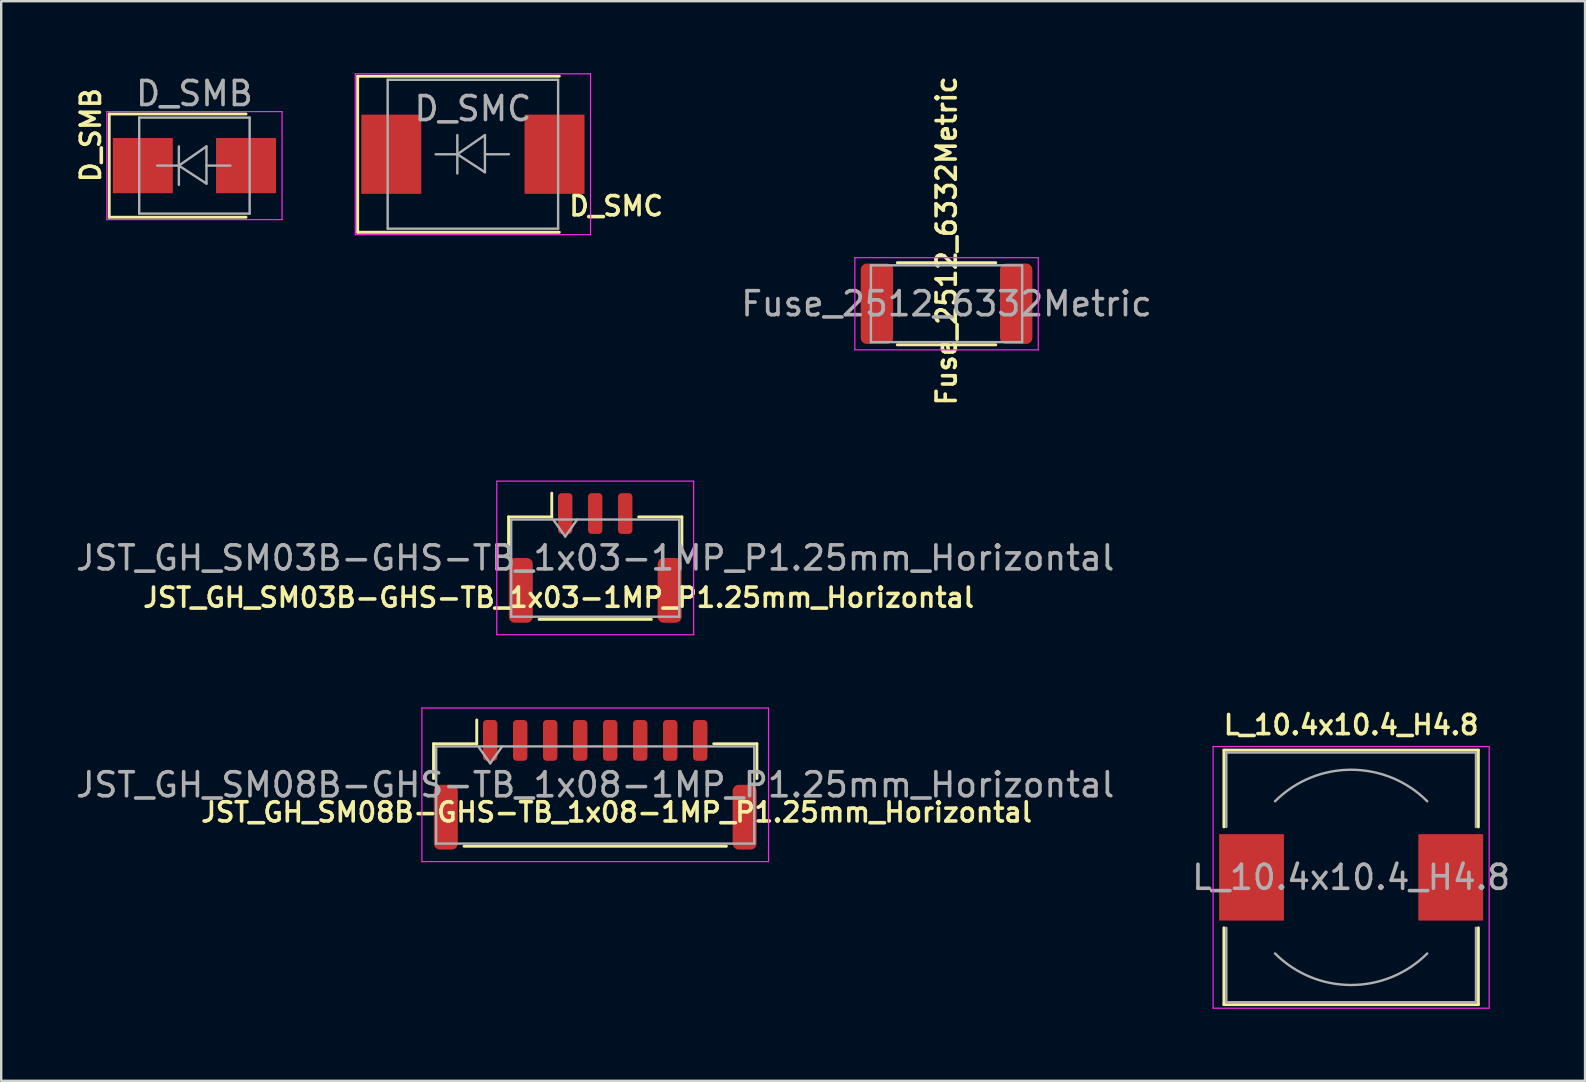
<source format=kicad_pcb>
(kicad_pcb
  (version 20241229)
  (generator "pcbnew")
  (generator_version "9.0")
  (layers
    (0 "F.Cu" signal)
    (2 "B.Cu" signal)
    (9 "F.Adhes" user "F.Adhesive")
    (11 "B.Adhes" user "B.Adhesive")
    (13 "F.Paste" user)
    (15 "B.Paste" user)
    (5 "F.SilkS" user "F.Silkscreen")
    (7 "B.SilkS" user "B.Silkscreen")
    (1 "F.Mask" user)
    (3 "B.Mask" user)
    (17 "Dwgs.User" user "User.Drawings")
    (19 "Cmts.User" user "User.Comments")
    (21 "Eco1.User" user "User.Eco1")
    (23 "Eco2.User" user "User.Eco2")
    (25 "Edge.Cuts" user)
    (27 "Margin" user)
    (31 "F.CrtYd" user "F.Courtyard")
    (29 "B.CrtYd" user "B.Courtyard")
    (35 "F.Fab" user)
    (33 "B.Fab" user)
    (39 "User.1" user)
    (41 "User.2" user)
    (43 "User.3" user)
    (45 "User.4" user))
  (footprint "Fuse_2512_6332Metric"
    (layer "F.Cu")
    (at 36.379 9.603)
    (property "Reference" "Fuse_2512_6332Metric" (at 0 -2.62 90) (layer "F.SilkS") (effects (font (size 0.8 0.8) (thickness 0.15))))
    (attr smd)
    (fp_line (start -2.052 -1.71) (end 2.052 -1.71) (stroke (width 0.12) (type solid)) (layer "F.SilkS"))
    (fp_line (start -2.052 1.71) (end 2.052 1.71) (stroke (width 0.12) (type solid)) (layer "F.SilkS"))
    (fp_line (start -3.82 -1.92) (end 3.82 -1.92) (stroke (width 0.05) (type solid)) (layer "F.CrtYd"))
    (fp_line (start -3.82 1.92) (end -3.82 -1.92) (stroke (width 0.05) (type solid)) (layer "F.CrtYd"))
    (fp_line (start 3.82 -1.92) (end 3.82 1.92) (stroke (width 0.05) (type solid)) (layer "F.CrtYd"))
    (fp_line (start 3.82 1.92) (end -3.82 1.92) (stroke (width 0.05) (type solid)) (layer "F.CrtYd"))
    (fp_line (start -3.15 -1.6) (end 3.15 -1.6) (stroke (width 0.1) (type solid)) (layer "F.Fab"))
    (fp_line (start -3.15 1.6) (end -3.15 -1.6) (stroke (width 0.1) (type solid)) (layer "F.Fab"))
    (fp_line (start 3.15 -1.6) (end 3.15 1.6) (stroke (width 0.1) (type solid)) (layer "F.Fab"))
    (fp_line (start 3.15 1.6) (end -3.15 1.6) (stroke (width 0.1) (type solid)) (layer "F.Fab"))
    (fp_text user "${REFERENCE}" (at 0 0 180) (layer "F.Fab") (effects (font (size 1 1) (thickness 0.15))))
    (pad "1" smd roundrect (at -2.9 0) (size 1.35 3.35) (layers "F.Cu" "F.Mask" "F.Paste") (roundrect_rratio 0.185))
    (pad "2" smd roundrect (at 2.9 0) (size 1.35 3.35) (layers "F.Cu" "F.Mask" "F.Paste") (roundrect_rratio 0.185)))
  (footprint "L_10.4x10.4_H4.8"
    (layer "F.Cu")
    (at 53.232 33.497)
    (property "Reference" "L_10.4x10.4_H4.8" (at 0 -6.35 0) (layer "F.SilkS") (effects (font (size 0.8 0.8) (thickness 0.15))))
    (attr smd)
    (fp_line (start -5.3 -5.3) (end 5.3 -5.3) (stroke (width 0.12) (type solid)) (layer "F.SilkS"))
    (fp_line (start -5.3 -2.1) (end -5.3 -5.3) (stroke (width 0.12) (type solid)) (layer "F.SilkS"))
    (fp_line (start -5.3 5.3) (end -5.3 2.1) (stroke (width 0.12) (type solid)) (layer "F.SilkS"))
    (fp_line (start 5.3 -5.3) (end 5.3 -2.1) (stroke (width 0.12) (type solid)) (layer "F.SilkS"))
    (fp_line (start 5.3 2.1) (end 5.3 5.3) (stroke (width 0.12) (type solid)) (layer "F.SilkS"))
    (fp_line (start 5.3 5.3) (end -5.3 5.3) (stroke (width 0.12) (type solid)) (layer "F.SilkS"))
    (fp_line (start -5.75 -5.45) (end -5.75 5.45) (stroke (width 0.05) (type solid)) (layer "F.CrtYd"))
    (fp_line (start -5.75 5.45) (end 5.75 5.45) (stroke (width 0.05) (type solid)) (layer "F.CrtYd"))
    (fp_line (start 5.75 -5.45) (end -5.75 -5.45) (stroke (width 0.05) (type solid)) (layer "F.CrtYd"))
    (fp_line (start 5.75 5.45) (end 5.75 -5.45) (stroke (width 0.05) (type solid)) (layer "F.CrtYd"))
    (fp_line (start -5.2 -5.2) (end -5.2 -2.1) (stroke (width 0.1) (type solid)) (layer "F.Fab"))
    (fp_line (start -5.2 -5.2) (end 5.2 -5.2) (stroke (width 0.1) (type solid)) (layer "F.Fab"))
    (fp_line (start -5.2 5.2) (end -5.2 2.1) (stroke (width 0.1) (type solid)) (layer "F.Fab"))
    (fp_line (start -5.2 5.2) (end 5.2 5.2) (stroke (width 0.1) (type solid)) (layer "F.Fab"))
    (fp_line (start 5.2 -5.2) (end 5.2 -2.1) (stroke (width 0.1) (type solid)) (layer "F.Fab"))
    (fp_line (start 5.2 5.2) (end 5.2 2.1) (stroke (width 0.1) (type solid)) (layer "F.Fab"))
    (fp_arc (start -3.17 -3.17) (mid 0 -4.483057) (end 3.17 -3.17) (stroke (width 0.1) (type solid)) (layer "F.Fab"))
    (fp_arc (start 3.17 3.17) (mid 0 4.483057) (end -3.17 3.17) (stroke (width 0.1) (type solid)) (layer "F.Fab"))
    (fp_text user "${REFERENCE}" (at 0 0 0) (layer "F.Fab") (effects (font (size 1 1) (thickness 0.15))))
    (pad "1" smd rect (at -4.15 0 180) (size 2.7 3.6) (layers "F.Cu" "F.Mask" "F.Paste"))
    (pad "2" smd rect (at 4.15 0 180) (size 2.7 3.6) (layers "F.Cu" "F.Mask" "F.Paste")))
  (footprint "D_SMB"
    (layer "F.Cu")
    (at 5.049 3.848)
    (property "Reference" "D_SMB" (at -4.318 -1.27 90) (layer "F.SilkS") (effects (font (size 0.8 0.8) (thickness 0.15))))
    (attr smd)
    (fp_line (start -3.55 -2.15) (end -3.55 2.15) (stroke (width 0.12) (type solid)) (layer "F.SilkS"))
    (fp_line (start -3.55 -2.15) (end 2.15 -2.15) (stroke (width 0.12) (type solid)) (layer "F.SilkS"))
    (fp_line (start -3.55 2.15) (end 2.15 2.15) (stroke (width 0.12) (type solid)) (layer "F.SilkS"))
    (fp_line (start -3.65 -2.25) (end 3.65 -2.25) (stroke (width 0.05) (type solid)) (layer "F.CrtYd"))
    (fp_line (start -3.65 2.25) (end -3.65 -2.25) (stroke (width 0.05) (type solid)) (layer "F.CrtYd"))
    (fp_line (start 3.65 -2.25) (end 3.65 2.25) (stroke (width 0.05) (type solid)) (layer "F.CrtYd"))
    (fp_line (start 3.65 2.25) (end -3.65 2.25) (stroke (width 0.05) (type solid)) (layer "F.CrtYd"))
    (fp_line (start -2.3 2) (end -2.3 -2) (stroke (width 0.1) (type solid)) (layer "F.Fab"))
    (fp_line (start -0.649 -0.799) (end -0.649 0.801) (stroke (width 0.1) (type solid)) (layer "F.Fab"))
    (fp_line (start -0.649 0.001) (end -1.551 0.001) (stroke (width 0.1) (type solid)) (layer "F.Fab"))
    (fp_line (start -0.649 0.001) (end 0.501 -0.799) (stroke (width 0.1) (type solid)) (layer "F.Fab"))
    (fp_line (start -0.649 0.001) (end 0.501 0.75) (stroke (width 0.1) (type solid)) (layer "F.Fab"))
    (fp_line (start 0.501 0.001) (end 1.499 0.001) (stroke (width 0.1) (type solid)) (layer "F.Fab"))
    (fp_line (start 0.501 0.75) (end 0.501 -0.799) (stroke (width 0.1) (type solid)) (layer "F.Fab"))
    (fp_line (start 2.3 -2) (end -2.3 -2) (stroke (width 0.1) (type solid)) (layer "F.Fab"))
    (fp_line (start 2.3 -2) (end 2.3 2) (stroke (width 0.1) (type solid)) (layer "F.Fab"))
    (fp_line (start 2.3 2) (end -2.3 2) (stroke (width 0.1) (type solid)) (layer "F.Fab"))
    (fp_text user "${REFERENCE}" (at 0 -3 0) (layer "F.Fab") (effects (font (size 1 1) (thickness 0.15))))
    (pad "1" smd rect (at -2.15 0 180) (size 2.5 2.3) (layers "F.Cu" "F.Mask" "F.Paste"))
    (pad "2" smd rect (at 2.15 0 180) (size 2.5 2.3) (layers "F.Cu" "F.Mask" "F.Paste")))
  (footprint "JST_GH_SM03B-GHS-TB_1x03-1MP_P1.25mm_Horizontal"
    (layer "F.Cu")
    (at 21.744 20.191)
    (property "Reference" "JST_GH_SM03B-GHS-TB_1x03-1MP_P1.25mm_Horizontal" (at -1.524 1.651 180) (layer "F.SilkS") (effects (font (size 0.8 0.8) (thickness 0.15))))
    (attr smd)
    (fp_line (start -3.61 -1.71) (end -1.81 -1.71) (stroke (width 0.12) (type solid)) (layer "F.SilkS"))
    (fp_line (start -3.61 -0.26) (end -3.61 -1.71) (stroke (width 0.12) (type solid)) (layer "F.SilkS"))
    (fp_line (start -2.34 2.56) (end 2.34 2.56) (stroke (width 0.12) (type solid)) (layer "F.SilkS"))
    (fp_line (start -1.81 -1.71) (end -1.81 -2.7) (stroke (width 0.12) (type solid)) (layer "F.SilkS"))
    (fp_line (start 3.61 -1.71) (end 1.81 -1.71) (stroke (width 0.12) (type solid)) (layer "F.SilkS"))
    (fp_line (start 3.61 -0.26) (end 3.61 -1.71) (stroke (width 0.12) (type solid)) (layer "F.SilkS"))
    (fp_line (start -4.1 -3.2) (end -4.1 3.2) (stroke (width 0.05) (type solid)) (layer "F.CrtYd"))
    (fp_line (start -4.1 3.2) (end 4.1 3.2) (stroke (width 0.05) (type solid)) (layer "F.CrtYd"))
    (fp_line (start 4.1 -3.2) (end -4.1 -3.2) (stroke (width 0.05) (type solid)) (layer "F.CrtYd"))
    (fp_line (start 4.1 3.2) (end 4.1 -3.2) (stroke (width 0.05) (type solid)) (layer "F.CrtYd"))
    (fp_line (start -3.5 -1.6) (end -3.5 2.45) (stroke (width 0.1) (type solid)) (layer "F.Fab"))
    (fp_line (start -3.5 -1.6) (end 3.5 -1.6) (stroke (width 0.1) (type solid)) (layer "F.Fab"))
    (fp_line (start -3.5 2.45) (end 3.5 2.45) (stroke (width 0.1) (type solid)) (layer "F.Fab"))
    (fp_line (start -1.75 -1.6) (end -1.25 -0.893) (stroke (width 0.1) (type solid)) (layer "F.Fab"))
    (fp_line (start -1.25 -0.893) (end -0.75 -1.6) (stroke (width 0.1) (type solid)) (layer "F.Fab"))
    (fp_line (start 3.5 -1.6) (end 3.5 2.45) (stroke (width 0.1) (type solid)) (layer "F.Fab"))
    (fp_text user "${REFERENCE}" (at 0 0 0) (layer "F.Fab") (effects (font (size 1 1) (thickness 0.15))))
    (pad "1" smd roundrect (at -1.25 -1.85) (size 0.6 1.7) (layers "F.Cu" "F.Mask" "F.Paste") (roundrect_rratio 0.25))
    (pad "2" smd roundrect (at 0 -1.85) (size 0.6 1.7) (layers "F.Cu" "F.Mask" "F.Paste") (roundrect_rratio 0.25))
    (pad "3" smd roundrect (at 1.25 -1.85) (size 0.6 1.7) (layers "F.Cu" "F.Mask" "F.Paste") (roundrect_rratio 0.25))
    (pad "MP" smd roundrect (at -3.1 1.35) (size 1 2.7) (layers "F.Cu" "F.Mask" "F.Paste") (roundrect_rratio 0.25))
    (pad "MP" smd roundrect (at 3.1 1.35) (size 1 2.7) (layers "F.Cu" "F.Mask" "F.Paste") (roundrect_rratio 0.25)))
  (footprint "D_SMC"
    (layer "F.Cu")
    (at 16.649 3.375)
    (property "Reference" "D_SMC" (at 5.969 2.159 0) (layer "F.SilkS") (effects (font (size 0.8 0.8) (thickness 0.15))))
    (attr smd)
    (fp_line (start -4.8 -3.25) (end 3.6 -3.25) (stroke (width 0.12) (type solid)) (layer "F.SilkS"))
    (fp_line (start -4.8 3.25) (end -4.8 -3.25) (stroke (width 0.12) (type solid)) (layer "F.SilkS"))
    (fp_line (start -4.8 3.25) (end 3.6 3.25) (stroke (width 0.12) (type solid)) (layer "F.SilkS"))
    (fp_line (start -4.9 -3.35) (end 4.9 -3.35) (stroke (width 0.05) (type solid)) (layer "F.CrtYd"))
    (fp_line (start -4.9 3.35) (end -4.9 -3.35) (stroke (width 0.05) (type solid)) (layer "F.CrtYd"))
    (fp_line (start 4.9 -3.35) (end 4.9 3.35) (stroke (width 0.05) (type solid)) (layer "F.CrtYd"))
    (fp_line (start 4.9 3.35) (end -4.9 3.35) (stroke (width 0.05) (type solid)) (layer "F.CrtYd"))
    (fp_line (start -3.55 3.1) (end -3.55 -3.1) (stroke (width 0.1) (type solid)) (layer "F.Fab"))
    (fp_line (start -0.649 -0.799) (end -0.649 0.801) (stroke (width 0.1) (type solid)) (layer "F.Fab"))
    (fp_line (start -0.649 0.001) (end -1.551 0.001) (stroke (width 0.1) (type solid)) (layer "F.Fab"))
    (fp_line (start -0.649 0.001) (end 0.501 -0.799) (stroke (width 0.1) (type solid)) (layer "F.Fab"))
    (fp_line (start -0.649 0.001) (end 0.501 0.75) (stroke (width 0.1) (type solid)) (layer "F.Fab"))
    (fp_line (start 0.501 0.001) (end 1.499 0.001) (stroke (width 0.1) (type solid)) (layer "F.Fab"))
    (fp_line (start 0.501 0.75) (end 0.501 -0.799) (stroke (width 0.1) (type solid)) (layer "F.Fab"))
    (fp_line (start 3.55 -3.1) (end -3.55 -3.1) (stroke (width 0.1) (type solid)) (layer "F.Fab"))
    (fp_line (start 3.55 -3.1) (end 3.55 3.1) (stroke (width 0.1) (type solid)) (layer "F.Fab"))
    (fp_line (start 3.55 3.1) (end -3.55 3.1) (stroke (width 0.1) (type solid)) (layer "F.Fab"))
    (fp_text user "${REFERENCE}" (at 0 -1.9 0) (layer "F.Fab") (effects (font (size 1 1) (thickness 0.15))))
    (pad "1" smd rect (at -3.4 0 90) (size 3.3 2.5) (layers "F.Cu" "F.Mask" "F.Paste"))
    (pad "2" smd rect (at 3.4 0 90) (size 3.3 2.5) (layers "F.Cu" "F.Mask" "F.Paste")))
  (footprint "JST_GH_SM08B-GHS-TB_1x08-1MP_P1.25mm_Horizontal"
    (layer "F.Cu")
    (at 21.744 29.641)
    (property "Reference" "JST_GH_SM08B-GHS-TB_1x08-1MP_P1.25mm_Horizontal" (at 0.889 1.143 0) (layer "F.SilkS") (effects (font (size 0.8 0.8) (thickness 0.15))))
    (attr smd)
    (fp_line (start -6.735 -1.71) (end -4.935 -1.71) (stroke (width 0.12) (type solid)) (layer "F.SilkS"))
    (fp_line (start -6.735 -0.26) (end -6.735 -1.71) (stroke (width 0.12) (type solid)) (layer "F.SilkS"))
    (fp_line (start -5.465 2.56) (end 5.465 2.56) (stroke (width 0.12) (type solid)) (layer "F.SilkS"))
    (fp_line (start -4.935 -1.71) (end -4.935 -2.7) (stroke (width 0.12) (type solid)) (layer "F.SilkS"))
    (fp_line (start 6.735 -1.71) (end 4.935 -1.71) (stroke (width 0.12) (type solid)) (layer "F.SilkS"))
    (fp_line (start 6.735 -0.26) (end 6.735 -1.71) (stroke (width 0.12) (type solid)) (layer "F.SilkS"))
    (fp_line (start -7.22 -3.2) (end -7.22 3.2) (stroke (width 0.05) (type solid)) (layer "F.CrtYd"))
    (fp_line (start -7.22 3.2) (end 7.22 3.2) (stroke (width 0.05) (type solid)) (layer "F.CrtYd"))
    (fp_line (start 7.22 -3.2) (end -7.22 -3.2) (stroke (width 0.05) (type solid)) (layer "F.CrtYd"))
    (fp_line (start 7.22 3.2) (end 7.22 -3.2) (stroke (width 0.05) (type solid)) (layer "F.CrtYd"))
    (fp_line (start -6.625 -1.6) (end -6.625 2.45) (stroke (width 0.1) (type solid)) (layer "F.Fab"))
    (fp_line (start -6.625 -1.6) (end 6.625 -1.6) (stroke (width 0.1) (type solid)) (layer "F.Fab"))
    (fp_line (start -6.625 2.45) (end 6.625 2.45) (stroke (width 0.1) (type solid)) (layer "F.Fab"))
    (fp_line (start -4.875 -1.6) (end -4.375 -0.893) (stroke (width 0.1) (type solid)) (layer "F.Fab"))
    (fp_line (start -4.375 -0.893) (end -3.875 -1.6) (stroke (width 0.1) (type solid)) (layer "F.Fab"))
    (fp_line (start 6.625 -1.6) (end 6.625 2.45) (stroke (width 0.1) (type solid)) (layer "F.Fab"))
    (fp_text user "${REFERENCE}" (at 0 0 0) (layer "F.Fab") (effects (font (size 1 1) (thickness 0.15))))
    (pad "1" smd roundrect (at -4.375 -1.85) (size 0.6 1.7) (layers "F.Cu" "F.Mask" "F.Paste") (roundrect_rratio 0.25))
    (pad "2" smd roundrect (at -3.125 -1.85) (size 0.6 1.7) (layers "F.Cu" "F.Mask" "F.Paste") (roundrect_rratio 0.25))
    (pad "3" smd roundrect (at -1.875 -1.85) (size 0.6 1.7) (layers "F.Cu" "F.Mask" "F.Paste") (roundrect_rratio 0.25))
    (pad "4" smd roundrect (at -0.625 -1.85) (size 0.6 1.7) (layers "F.Cu" "F.Mask" "F.Paste") (roundrect_rratio 0.25))
    (pad "5" smd roundrect (at 0.625 -1.85) (size 0.6 1.7) (layers "F.Cu" "F.Mask" "F.Paste") (roundrect_rratio 0.25))
    (pad "6" smd roundrect (at 1.875 -1.85) (size 0.6 1.7) (layers "F.Cu" "F.Mask" "F.Paste") (roundrect_rratio 0.25))
    (pad "7" smd roundrect (at 3.125 -1.85) (size 0.6 1.7) (layers "F.Cu" "F.Mask" "F.Paste") (roundrect_rratio 0.25))
    (pad "8" smd roundrect (at 4.375 -1.85) (size 0.6 1.7) (layers "F.Cu" "F.Mask" "F.Paste") (roundrect_rratio 0.25))
    (pad "MP" smd roundrect (at -6.225 1.35) (size 1 2.7) (layers "F.Cu" "F.Mask" "F.Paste") (roundrect_rratio 0.25))
    (pad "MP" smd roundrect (at 6.225 1.35) (size 1 2.7) (layers "F.Cu" "F.Mask" "F.Paste") (roundrect_rratio 0.25)))
  (gr_rect
    (start -3 -3)
    (end 62.976 41.972)
    (stroke (width 0.1) (type default))
    (fill no)
    (layer "Edge.Cuts")))
</source>
